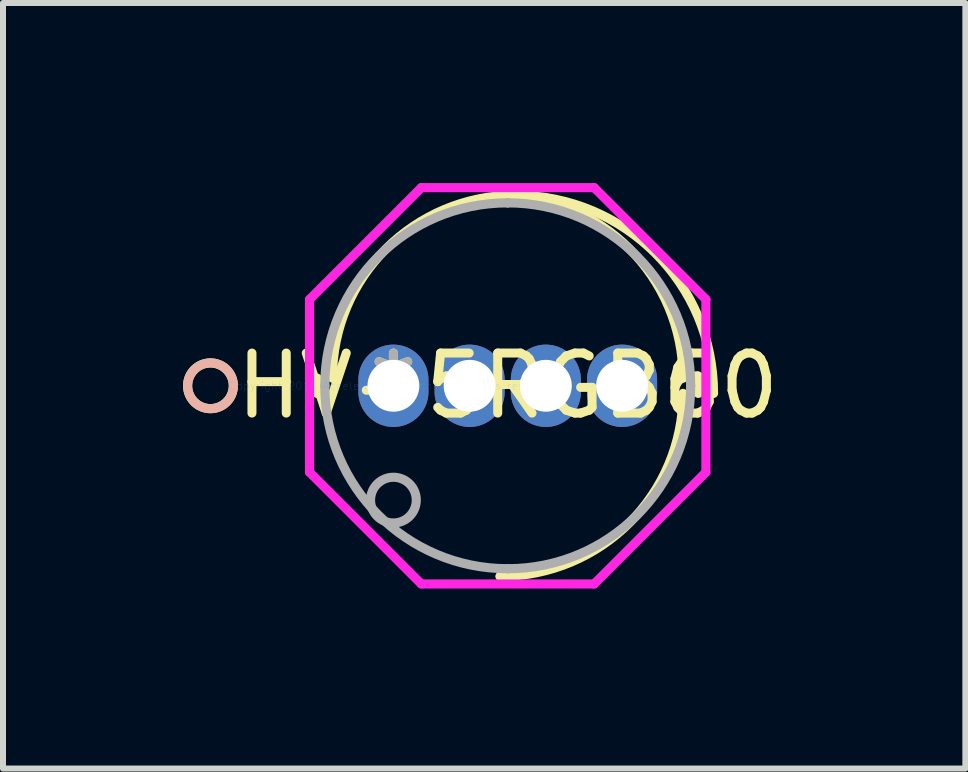
<source format=kicad_pcb>
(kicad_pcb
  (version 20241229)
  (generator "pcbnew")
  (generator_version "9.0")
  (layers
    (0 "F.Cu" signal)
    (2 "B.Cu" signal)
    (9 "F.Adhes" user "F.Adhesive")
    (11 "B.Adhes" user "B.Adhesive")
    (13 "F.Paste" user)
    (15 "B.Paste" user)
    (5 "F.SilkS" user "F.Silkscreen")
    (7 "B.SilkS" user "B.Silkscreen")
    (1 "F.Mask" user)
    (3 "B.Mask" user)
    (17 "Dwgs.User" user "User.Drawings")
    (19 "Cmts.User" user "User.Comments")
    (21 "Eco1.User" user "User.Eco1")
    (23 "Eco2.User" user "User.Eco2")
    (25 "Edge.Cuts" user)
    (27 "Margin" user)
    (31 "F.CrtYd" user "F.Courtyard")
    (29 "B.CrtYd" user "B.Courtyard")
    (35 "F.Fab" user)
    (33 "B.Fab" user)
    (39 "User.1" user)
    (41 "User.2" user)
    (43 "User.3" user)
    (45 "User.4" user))
  (footprint "HV-5RGB60"
    (layer "F.Cu")
    (at 3.505 3.378)
    (property "Reference" "HV-5RGB60" (at 1.905 0 0) (layer "F.SilkS") (effects (font (size 1 1) (thickness 0.15))))
    (attr through_hole)
    (fp_line (start -1.27 -0.127) (end -1.27 0.127) (stroke (width 0.152) (type solid)) (layer "F.SilkS"))
    (fp_line (start 1.778 3.175) (end 2.032 3.175) (stroke (width 0.152) (type solid)) (layer "F.SilkS"))
    (fp_line (start 2.032 -3.175) (end 1.778 -3.175) (stroke (width 0.152) (type solid)) (layer "F.SilkS"))
    (fp_line (start 5.08 0.127) (end 5.08 -0.127) (stroke (width 0.152) (type solid)) (layer "F.SilkS"))
    (fp_arc (start -1.016 -0.127) (mid -0.123261 -2.282261) (end 2.032 -3.175) (stroke (width 0.1524) (type solid)) (layer "F.SilkS"))
    (fp_arc (start 1.778 -3.175) (mid 3.933261 -2.282261) (end 4.826 -0.127) (stroke (width 0.1524) (type solid)) (layer "F.SilkS"))
    (fp_arc (start 2.032 -3.175) (mid 4.366867 -2.207867) (end 5.334 0.127) (stroke (width 0.1524) (type solid)) (layer "F.SilkS"))
    (fp_arc (start 4.826 0.127) (mid 3.933261 2.282261) (end 1.778 3.175) (stroke (width 0.1524) (type solid)) (layer "F.SilkS"))
    (fp_circle (center -3.048 0) (end -2.667 0) (stroke (width 0.152) (type solid)) (fill no) (layer "F.SilkS"))
    (fp_circle (center -3.048 0) (end -2.667 0) (stroke (width 0.152) (type solid)) (fill no) (layer "B.SilkS"))
    (fp_line (start -1.397 -1.44) (end -1.397 1.44) (stroke (width 0.152) (type solid)) (layer "F.CrtYd"))
    (fp_line (start -1.397 1.44) (end 0.465 3.302) (stroke (width 0.152) (type solid)) (layer "F.CrtYd"))
    (fp_line (start 0.465 -3.302) (end -1.397 -1.44) (stroke (width 0.152) (type solid)) (layer "F.CrtYd"))
    (fp_line (start 0.465 3.302) (end 3.345 3.302) (stroke (width 0.152) (type solid)) (layer "F.CrtYd"))
    (fp_line (start 3.345 -3.302) (end 0.465 -3.302) (stroke (width 0.152) (type solid)) (layer "F.CrtYd"))
    (fp_line (start 3.345 3.302) (end 5.207 1.44) (stroke (width 0.152) (type solid)) (layer "F.CrtYd"))
    (fp_line (start 5.207 -1.44) (end 3.345 -3.302) (stroke (width 0.152) (type solid)) (layer "F.CrtYd"))
    (fp_line (start 5.207 1.44) (end 5.207 -1.44) (stroke (width 0.152) (type solid)) (layer "F.CrtYd"))
    (fp_line (start -1.143 0) (end -1.143 0) (stroke (width 0.152) (type solid)) (layer "F.Fab"))
    (fp_line (start 1.905 -3.048) (end 1.905 -3.048) (stroke (width 0.152) (type solid)) (layer "F.Fab"))
    (fp_line (start 1.905 3.048) (end 1.905 3.048) (stroke (width 0.152) (type solid)) (layer "F.Fab"))
    (fp_line (start 4.953 0) (end 4.953 0) (stroke (width 0.152) (type solid)) (layer "F.Fab"))
    (fp_arc (start -1.143 0) (mid -0.250261 -2.155261) (end 1.905 -3.048) (stroke (width 0.1524) (type solid)) (layer "F.Fab"))
    (fp_arc (start 1.905 -3.048) (mid 4.060261 -2.155261) (end 4.953 0) (stroke (width 0.1524) (type solid)) (layer "F.Fab"))
    (fp_arc (start 1.905 3.048) (mid -0.250261 2.155261) (end -1.143 0) (stroke (width 0.1524) (type solid)) (layer "F.Fab"))
    (fp_arc (start 4.953 0) (mid 4.060261 2.155261) (end 1.905 3.048) (stroke (width 0.1524) (type solid)) (layer "F.Fab"))
    (fp_circle (center 0 1.905) (end 0.381 1.905) (stroke (width 0.152) (type solid)) (fill no) (layer "F.Fab"))
    (fp_text user "*" (at 0 0 0) (layer "F.SilkS") (effects (font (size 1 1) (thickness 0.15))))
    (fp_text user "Copyright 2016 Accelerated Designs. All rights reserved." (at 0 0 0) (layer "Cmts.User") (effects (font (size 0.127 0.127) (thickness 0.002))))
    (fp_text user "*" (at 0 0 0) (layer "F.Fab") (effects (font (size 1 1) (thickness 0.15))))
    (pad "1" thru_hole oval (at 0 0) (size 1.168 1.372) (drill 0.864) (layers "*.Cu" "*.Mask"))
    (pad "2" thru_hole oval (at 1.27 0) (size 1.168 1.372) (drill 0.864) (layers "*.Cu" "*.Mask"))
    (pad "3" thru_hole oval (at 2.54 0) (size 1.168 1.372) (drill 0.864) (layers "*.Cu" "*.Mask"))
    (pad "4" thru_hole oval (at 3.81 0) (size 1.168 1.372) (drill 0.864) (layers "*.Cu" "*.Mask")))
  (gr_rect
    (start -3 -3)
    (end 13.035 9.756)
    (stroke (width 0.1) (type default))
    (fill no)
    (layer "Edge.Cuts")))
</source>
